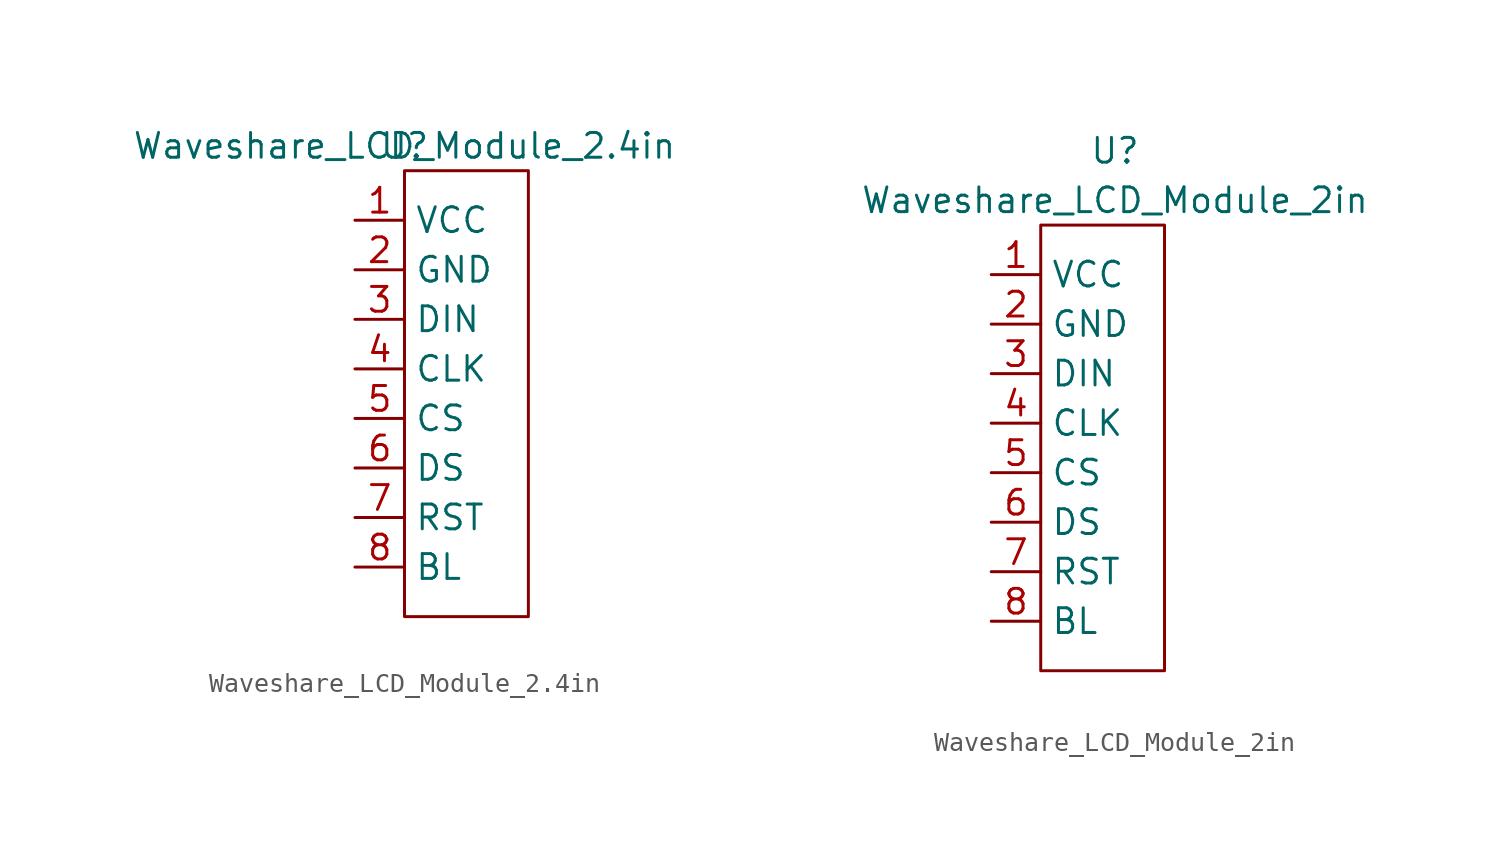
<source format=kicad_sym>
(kicad_symbol_lib
  (version 20211014)
  (generator kicad_symbol_editor)
  (symbol "Waveshare_LCD_Module_2.4in"
    (property "Reference" "U"
      (at 0 0 0)
      (effects (font (size 1.27 1.27))))
    (property "Value" "Waveshare_LCD_Module_2.4in"
      (at 0 0 0)
      (effects (font (size 1.27 1.27))))
    (symbol "Waveshare_LCD_Module_2.4in_0_1"
      (rectangle (start 0 -1.27) (end 6.35 -24.13) (stroke (width 0) (type default) (color 0 0 0 0)) (fill (type none))))
    (symbol "Waveshare_LCD_Module_2.4in_1_1"
      (pin bidirectional line (at -2.54 -3.81 0) (length 2.54) (name "VCC" (effects (font (size 1.27 1.27)))) (number "1" (effects (font (size 1.27 1.27)))))
      (pin bidirectional line (at -2.54 -6.35 0) (length 2.54) (name "GND" (effects (font (size 1.27 1.27)))) (number "2" (effects (font (size 1.27 1.27)))))
      (pin bidirectional line (at -2.54 -8.89 0) (length 2.54) (name "DIN" (effects (font (size 1.27 1.27)))) (number "3" (effects (font (size 1.27 1.27)))))
      (pin bidirectional line (at -2.54 -11.43 0) (length 2.54) (name "CLK" (effects (font (size 1.27 1.27)))) (number "4" (effects (font (size 1.27 1.27)))))
      (pin bidirectional line (at -2.54 -13.97 0) (length 2.54) (name "CS" (effects (font (size 1.27 1.27)))) (number "5" (effects (font (size 1.27 1.27)))))
      (pin bidirectional line (at -2.54 -16.51 0) (length 2.54) (name "DS" (effects (font (size 1.27 1.27)))) (number "6" (effects (font (size 1.27 1.27)))))
      (pin bidirectional line (at -2.54 -19.05 0) (length 2.54) (name "RST" (effects (font (size 1.27 1.27)))) (number "7" (effects (font (size 1.27 1.27)))))
      (pin bidirectional line (at -2.54 -21.59 0) (length 2.54) (name "BL" (effects (font (size 1.27 1.27)))) (number "8" (effects (font (size 1.27 1.27)))))))
  (symbol "Waveshare_LCD_Module_2in"
    (property "Reference" "U"
      (at 0 2.54 0)
      (effects (font (size 1.27 1.27))))
    (property "Value" "Waveshare_LCD_Module_2in"
      (at 0 0 0)
      (effects (font (size 1.27 1.27))))
    (symbol "Waveshare_LCD_Module_2in_0_1"
      (rectangle (start -3.81 -1.27) (end 2.54 -24.13) (stroke (width 0) (type default) (color 0 0 0 0)) (fill (type none))))
    (symbol "Waveshare_LCD_Module_2in_1_1"
      (pin bidirectional line (at -6.35 -3.81 0) (length 2.54) (name "VCC" (effects (font (size 1.27 1.27)))) (number "1" (effects (font (size 1.27 1.27)))))
      (pin bidirectional line (at -6.35 -6.35 0) (length 2.54) (name "GND" (effects (font (size 1.27 1.27)))) (number "2" (effects (font (size 1.27 1.27)))))
      (pin bidirectional line (at -6.35 -8.89 0) (length 2.54) (name "DIN" (effects (font (size 1.27 1.27)))) (number "3" (effects (font (size 1.27 1.27)))))
      (pin bidirectional line (at -6.35 -11.43 0) (length 2.54) (name "CLK" (effects (font (size 1.27 1.27)))) (number "4" (effects (font (size 1.27 1.27)))))
      (pin bidirectional line (at -6.35 -13.97 0) (length 2.54) (name "CS" (effects (font (size 1.27 1.27)))) (number "5" (effects (font (size 1.27 1.27)))))
      (pin bidirectional line (at -6.35 -16.51 0) (length 2.54) (name "DS" (effects (font (size 1.27 1.27)))) (number "6" (effects (font (size 1.27 1.27)))))
      (pin bidirectional line (at -6.35 -19.05 0) (length 2.54) (name "RST" (effects (font (size 1.27 1.27)))) (number "7" (effects (font (size 1.27 1.27)))))
      (pin bidirectional line (at -6.35 -21.59 0) (length 2.54) (name "BL" (effects (font (size 1.27 1.27)))) (number "8" (effects (font (size 1.27 1.27))))))))
</source>
